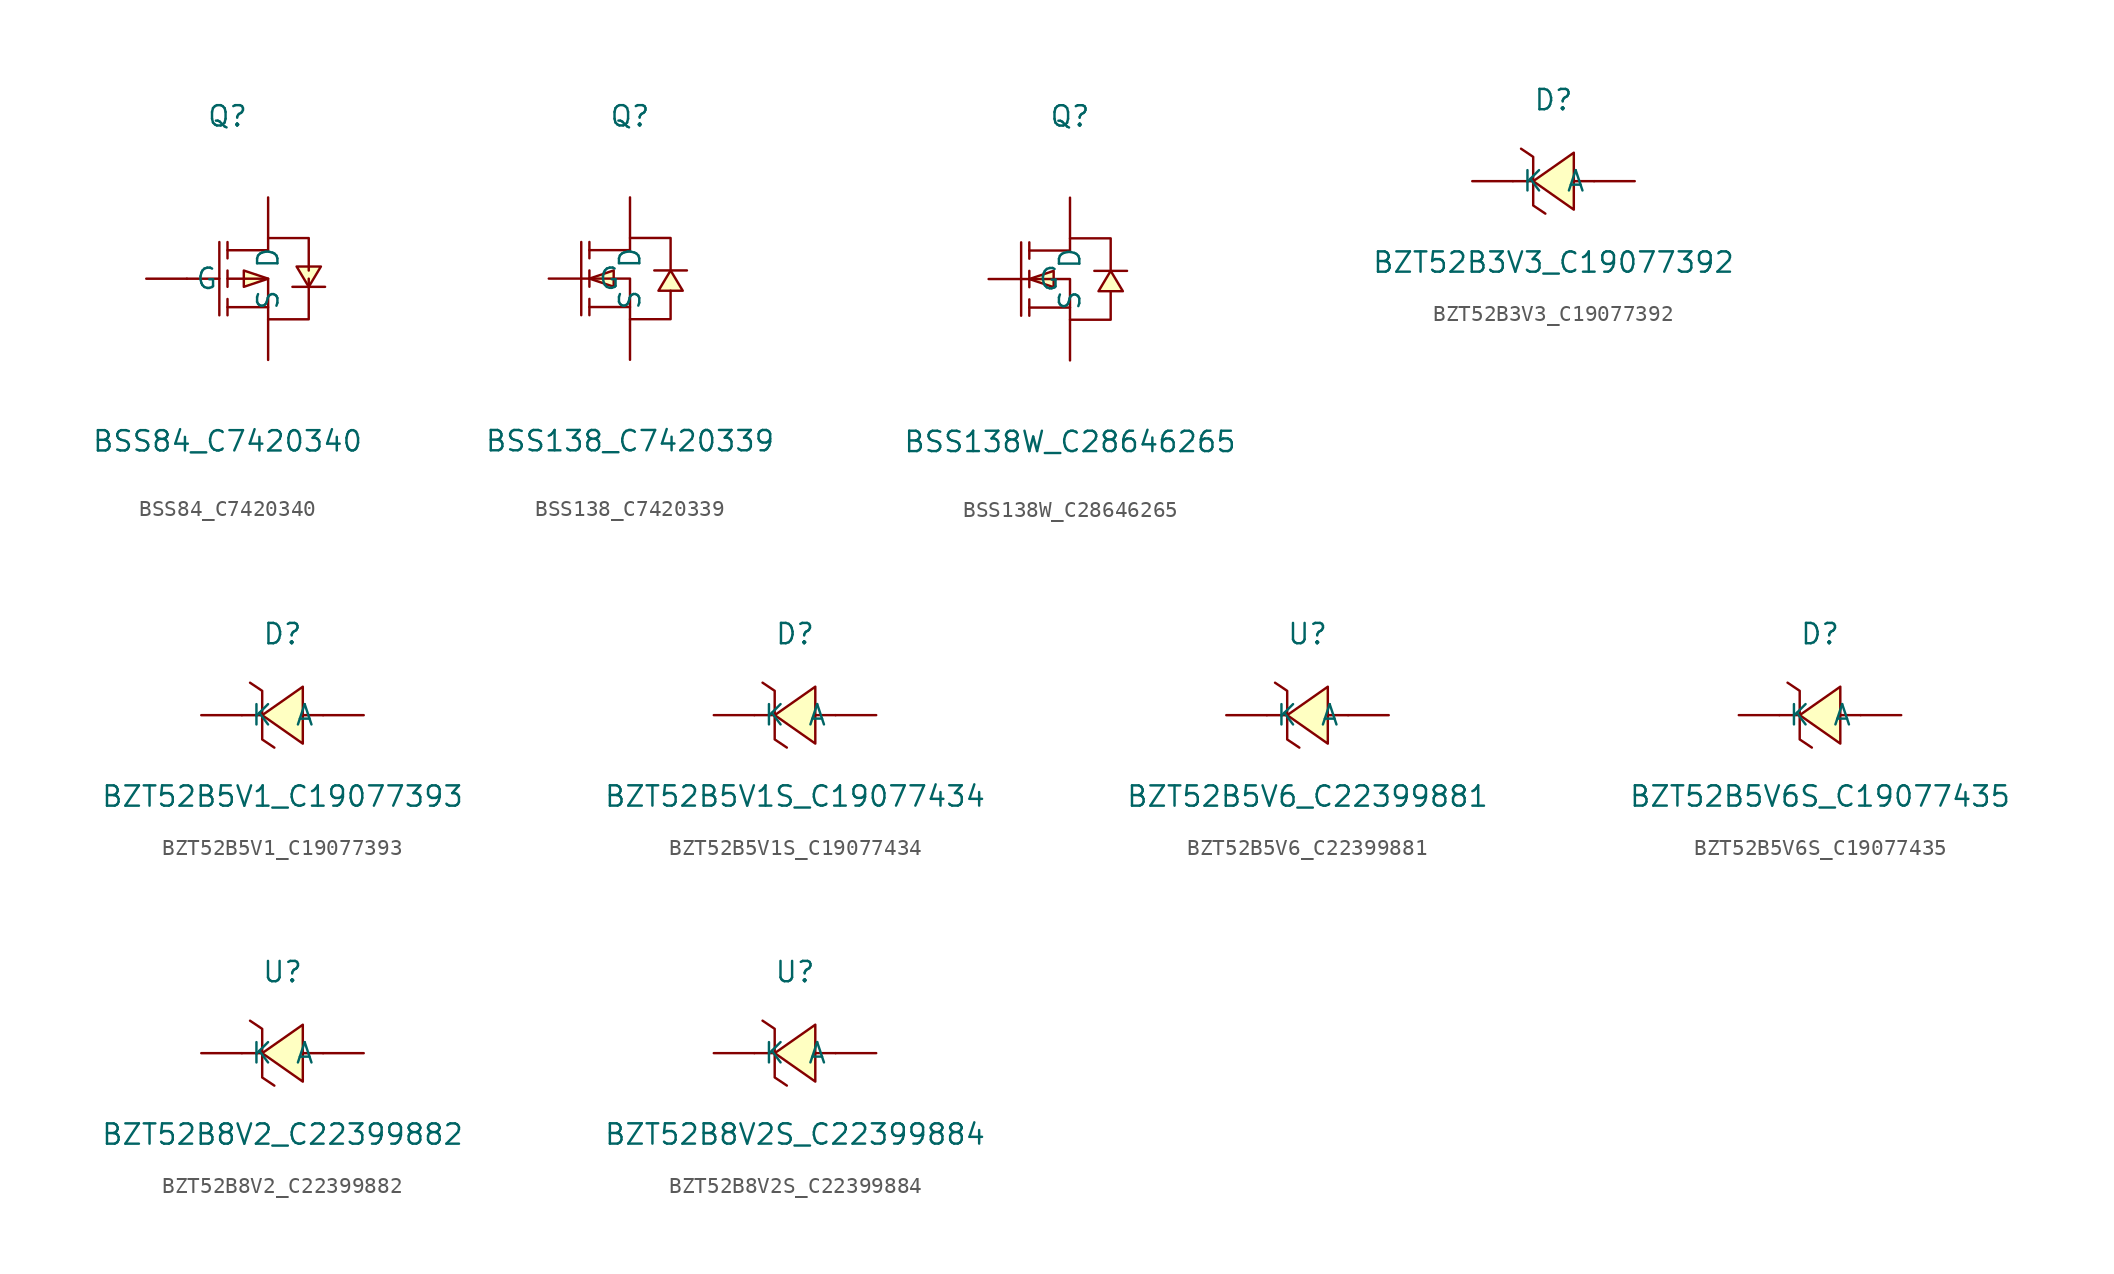
<source format=kicad_sym>
(kicad_symbol_lib
  (version 20241209)
  (generator "kicad_symbol_editor")
  (generator_version "9.0")
  (symbol "BSS84_C7420340"
    (pin_numbers
      (hide yes))
    (property "Reference" "Q"
      (at 0 10.16 0)
      (effects (font (size 1.27 1.27))))
    (property "Value" "BSS84_C7420340"
      (at 0 -10.16 0)
      (effects (font (size 1.27 1.27))))
    (symbol "BSS84_C7420340_0_1"
      (polyline (pts (xy -2.54 0) (xy -0.51 0)) (stroke (width 0) (type default)) (fill (type none)))
      (polyline (pts (xy -0.51 2.29) (xy -0.51 -2.29)) (stroke (width 0) (type default)) (fill (type none)))
      (polyline (pts (xy 0 2.29) (xy 0 1.27)) (stroke (width 0) (type default)) (fill (type none)))
      (polyline (pts (xy 0 1.78) (xy 2.54 1.78) (xy 2.54 2.54) (xy 5.08 2.54) (xy 5.08 2.54) (xy 5.08 0.51)) (stroke (width 0) (type default)) (fill (type none)))
      (polyline (pts (xy 0 0) (xy 2.54 0) (xy 2.54 -2.54) (xy 5.08 -2.54) (xy 5.08 -2.54) (xy 5.08 0)) (stroke (width 0) (type default)) (fill (type none)))
      (polyline (pts (xy 0 -0.51) (xy 0 0.51)) (stroke (width 0) (type default)) (fill (type none)))
      (polyline (pts (xy 0 -2.29) (xy 0 -1.27)) (stroke (width 0) (type default)) (fill (type none)))
      (polyline (pts (xy 2.54 0) (xy 1.02 0.51) (xy 1.02 -0.51) (xy 2.54 0)) (stroke (width 0) (type default)) (fill (type background)))
      (polyline (pts (xy 2.54 -1.78) (xy 0 -1.78)) (stroke (width 0) (type default)) (fill (type none)))
      (polyline (pts (xy 4.06 -0.51) (xy 4.57 -0.51) (xy 5.59 -0.51) (xy 6.1 -0.51)) (stroke (width 0) (type default)) (fill (type none)))
      (polyline (pts (xy 5.08 -0.51) (xy 5.84 0.76) (xy 4.32 0.76) (xy 5.08 -0.51)) (stroke (width 0) (type default)) (fill (type background)))
      (pin unspecified line (at -5.08 0 0) (length 2.54) (name "G" (effects (font (size 1.27 1.27)))) (number "1" (effects (font (size 1.27 1.27)))))
      (pin unspecified line (at 2.54 5.08 270) (length 2.54) (name "D" (effects (font (size 1.27 1.27)))) (number "3" (effects (font (size 1.27 1.27)))))
      (pin unspecified line (at 2.54 -5.08 90) (length 2.54) (name "S" (effects (font (size 1.27 1.27)))) (number "2" (effects (font (size 1.27 1.27)))))))
  (symbol "BSS138_C7420339"
    (pin_numbers
      (hide yes))
    (property "Reference" "Q"
      (at 0 10.16 0)
      (effects (font (size 1.27 1.27))))
    (property "Value" "BSS138_C7420339"
      (at 0 -10.16 0)
      (effects (font (size 1.27 1.27))))
    (symbol "BSS138_C7420339_0_1"
      (polyline (pts (xy -3.05 2.29) (xy -3.05 -2.29)) (stroke (width 0) (type default)) (fill (type none)))
      (polyline (pts (xy -2.54 2.29) (xy -2.54 1.27)) (stroke (width 0) (type default)) (fill (type none)))
      (polyline (pts (xy -2.54 1.78) (xy 0 1.78) (xy 0 2.54) (xy 2.54 2.54) (xy 2.54 0.51)) (stroke (width 0) (type default)) (fill (type none)))
      (polyline (pts (xy -2.54 0) (xy -1.02 -0.51) (xy -1.02 0.51) (xy -2.54 0)) (stroke (width 0) (type default)) (fill (type background)))
      (polyline (pts (xy -2.54 0) (xy 0 0) (xy 0 -2.54) (xy 2.54 -2.54) (xy 2.54 -0.76)) (stroke (width 0) (type default)) (fill (type none)))
      (polyline (pts (xy -2.54 -0.51) (xy -2.54 0.51)) (stroke (width 0) (type default)) (fill (type none)))
      (polyline (pts (xy -2.54 -2.29) (xy -2.54 -1.27)) (stroke (width 0) (type default)) (fill (type none)))
      (polyline (pts (xy 0 -1.78) (xy -2.54 -1.78)) (stroke (width 0) (type default)) (fill (type none)))
      (polyline (pts (xy 2.54 0.51) (xy 1.78 -0.76) (xy 3.3 -0.76) (xy 2.54 0.51)) (stroke (width 0) (type default)) (fill (type background)))
      (polyline (pts (xy 3.56 0.51) (xy 3.05 0.51) (xy 2.03 0.51) (xy 1.52 0.51)) (stroke (width 0) (type default)) (fill (type none)))
      (pin unspecified line (at -5.08 0 0) (length 2.54) (name "G" (effects (font (size 1.27 1.27)))) (number "1" (effects (font (size 1.27 1.27)))))
      (pin unspecified line (at 0 5.08 270) (length 2.54) (name "D" (effects (font (size 1.27 1.27)))) (number "3" (effects (font (size 1.27 1.27)))))
      (pin unspecified line (at 0 -5.08 90) (length 2.54) (name "S" (effects (font (size 1.27 1.27)))) (number "2" (effects (font (size 1.27 1.27)))))))
  (symbol "BSS138W_C28646265"
    (pin_numbers
      (hide yes))
    (property "Reference" "Q"
      (at 0 10.16 0)
      (effects (font (size 1.27 1.27))))
    (property "Value" "BSS138W_C28646265"
      (at 0 -10.16 0)
      (effects (font (size 1.27 1.27))))
    (symbol "BSS138W_C28646265_0_1"
      (polyline (pts (xy -3.05 2.29) (xy -3.05 -2.29)) (stroke (width 0) (type default)) (fill (type none)))
      (polyline (pts (xy -2.54 2.29) (xy -2.54 1.27)) (stroke (width 0) (type default)) (fill (type none)))
      (polyline (pts (xy -2.54 1.78) (xy 0 1.78) (xy 0 2.54) (xy 2.54 2.54) (xy 2.54 0.51)) (stroke (width 0) (type default)) (fill (type none)))
      (polyline (pts (xy -2.54 0) (xy -1.02 -0.51) (xy -1.02 0.51) (xy -2.54 0)) (stroke (width 0) (type default)) (fill (type background)))
      (polyline (pts (xy -2.54 0) (xy 0 0) (xy 0 -2.54) (xy 2.54 -2.54) (xy 2.54 -0.76)) (stroke (width 0) (type default)) (fill (type none)))
      (polyline (pts (xy -2.54 -0.51) (xy -2.54 0.51)) (stroke (width 0) (type default)) (fill (type none)))
      (polyline (pts (xy -2.54 -2.29) (xy -2.54 -1.27)) (stroke (width 0) (type default)) (fill (type none)))
      (polyline (pts (xy 0 -1.78) (xy -2.54 -1.78)) (stroke (width 0) (type default)) (fill (type none)))
      (polyline (pts (xy 2.54 0.51) (xy 1.78 -0.76) (xy 3.3 -0.76) (xy 2.54 0.51)) (stroke (width 0) (type default)) (fill (type background)))
      (polyline (pts (xy 3.56 0.51) (xy 3.05 0.51) (xy 2.03 0.51) (xy 1.52 0.51)) (stroke (width 0) (type default)) (fill (type none)))
      (pin unspecified line (at -5.08 0 0) (length 2.54) (name "G" (effects (font (size 1.27 1.27)))) (number "1" (effects (font (size 1.27 1.27)))))
      (pin unspecified line (at 0 5.08 270) (length 2.54) (name "D" (effects (font (size 1.27 1.27)))) (number "3" (effects (font (size 1.27 1.27)))))
      (pin unspecified line (at 0 -5.08 90) (length 2.54) (name "S" (effects (font (size 1.27 1.27)))) (number "2" (effects (font (size 1.27 1.27)))))))
  (symbol "BZT52B3V3_C19077392"
    (pin_numbers
      (hide yes))
    (property "Reference" "D"
      (at 0 5.08 0)
      (effects (font (size 1.27 1.27))))
    (property "Value" "BZT52B3V3_C19077392"
      (at 0 -5.08 0)
      (effects (font (size 1.27 1.27))))
    (symbol "BZT52B3V3_C19077392_0_1"
      (polyline (pts (xy -2.03 2.03) (xy -1.27 1.52) (xy -1.27 -1.52) (xy -0.51 -2.03)) (stroke (width 0) (type default)) (fill (type none)))
      (polyline (pts (xy -1.27 0) (xy -2.54 0)) (stroke (width 0) (type default)) (fill (type none)))
      (polyline (pts (xy 1.27 1.78) (xy -1.27 0) (xy 1.27 -1.78) (xy 1.27 1.78)) (stroke (width 0) (type default)) (fill (type background)))
      (polyline (pts (xy 2.54 0) (xy 1.27 0)) (stroke (width 0) (type default)) (fill (type none)))
      (pin unspecified line (at -5.08 0 0) (length 2.54) (name "K" (effects (font (size 1.27 1.27)))) (number "1" (effects (font (size 1.27 1.27)))))
      (pin unspecified line (at 5.08 0 180) (length 2.54) (name "A" (effects (font (size 1.27 1.27)))) (number "2" (effects (font (size 1.27 1.27)))))))
  (symbol "BZT52B5V1_C19077393"
    (pin_numbers
      (hide yes))
    (property "Reference" "D"
      (at 0 5.08 0)
      (effects (font (size 1.27 1.27))))
    (property "Value" "BZT52B5V1_C19077393"
      (at 0 -5.08 0)
      (effects (font (size 1.27 1.27))))
    (symbol "BZT52B5V1_C19077393_0_1"
      (polyline (pts (xy -2.03 2.03) (xy -1.27 1.52) (xy -1.27 -1.52) (xy -0.51 -2.03)) (stroke (width 0) (type default)) (fill (type none)))
      (polyline (pts (xy -1.27 0) (xy -2.54 0)) (stroke (width 0) (type default)) (fill (type none)))
      (polyline (pts (xy 1.27 1.78) (xy -1.27 0) (xy 1.27 -1.78) (xy 1.27 1.78)) (stroke (width 0) (type default)) (fill (type background)))
      (polyline (pts (xy 2.54 0) (xy 1.27 0)) (stroke (width 0) (type default)) (fill (type none)))
      (pin unspecified line (at -5.08 0 0) (length 2.54) (name "K" (effects (font (size 1.27 1.27)))) (number "1" (effects (font (size 1.27 1.27)))))
      (pin unspecified line (at 5.08 0 180) (length 2.54) (name "A" (effects (font (size 1.27 1.27)))) (number "2" (effects (font (size 1.27 1.27)))))))
  (symbol "BZT52B5V1S_C19077434"
    (pin_numbers
      (hide yes))
    (property "Reference" "D"
      (at 0 5.08 0)
      (effects (font (size 1.27 1.27))))
    (property "Value" "BZT52B5V1S_C19077434"
      (at 0 -5.08 0)
      (effects (font (size 1.27 1.27))))
    (symbol "BZT52B5V1S_C19077434_0_1"
      (polyline (pts (xy -2.03 2.03) (xy -1.27 1.52) (xy -1.27 -1.52) (xy -0.51 -2.03)) (stroke (width 0) (type default)) (fill (type none)))
      (polyline (pts (xy -1.27 0) (xy -2.54 0)) (stroke (width 0) (type default)) (fill (type none)))
      (polyline (pts (xy 1.27 1.78) (xy -1.27 0) (xy 1.27 -1.78) (xy 1.27 1.78)) (stroke (width 0) (type default)) (fill (type background)))
      (polyline (pts (xy 2.54 0) (xy 1.27 0)) (stroke (width 0) (type default)) (fill (type none)))
      (pin unspecified line (at -5.08 0 0) (length 2.54) (name "K" (effects (font (size 1.27 1.27)))) (number "1" (effects (font (size 1.27 1.27)))))
      (pin unspecified line (at 5.08 0 180) (length 2.54) (name "A" (effects (font (size 1.27 1.27)))) (number "2" (effects (font (size 1.27 1.27)))))))
  (symbol "BZT52B5V6_C22399881"
    (pin_numbers
      (hide yes))
    (property "Reference" "U"
      (at 0 5.08 0)
      (effects (font (size 1.27 1.27))))
    (property "Value" "BZT52B5V6_C22399881"
      (at 0 -5.08 0)
      (effects (font (size 1.27 1.27))))
    (symbol "BZT52B5V6_C22399881_0_1"
      (polyline (pts (xy -2.03 2.03) (xy -1.27 1.52) (xy -1.27 -1.52) (xy -0.51 -2.03)) (stroke (width 0) (type default)) (fill (type none)))
      (polyline (pts (xy -1.27 0) (xy -2.54 0)) (stroke (width 0) (type default)) (fill (type none)))
      (polyline (pts (xy 1.27 1.78) (xy -1.27 0) (xy 1.27 -1.78) (xy 1.27 1.78)) (stroke (width 0) (type default)) (fill (type background)))
      (polyline (pts (xy 2.54 0) (xy 1.27 0)) (stroke (width 0) (type default)) (fill (type none)))
      (pin unspecified line (at -5.08 0 0) (length 2.54) (name "K" (effects (font (size 1.27 1.27)))) (number "1" (effects (font (size 1.27 1.27)))))
      (pin unspecified line (at 5.08 0 180) (length 2.54) (name "A" (effects (font (size 1.27 1.27)))) (number "2" (effects (font (size 1.27 1.27)))))))
  (symbol "BZT52B5V6S_C19077435"
    (pin_numbers
      (hide yes))
    (property "Reference" "D"
      (at 0 5.08 0)
      (effects (font (size 1.27 1.27))))
    (property "Value" "BZT52B5V6S_C19077435"
      (at 0 -5.08 0)
      (effects (font (size 1.27 1.27))))
    (symbol "BZT52B5V6S_C19077435_0_1"
      (polyline (pts (xy -2.03 2.03) (xy -1.27 1.52) (xy -1.27 -1.52) (xy -0.51 -2.03)) (stroke (width 0) (type default)) (fill (type none)))
      (polyline (pts (xy -1.27 0) (xy -2.54 0)) (stroke (width 0) (type default)) (fill (type none)))
      (polyline (pts (xy 1.27 1.78) (xy -1.27 0) (xy 1.27 -1.78) (xy 1.27 1.78)) (stroke (width 0) (type default)) (fill (type background)))
      (polyline (pts (xy 2.54 0) (xy 1.27 0)) (stroke (width 0) (type default)) (fill (type none)))
      (pin unspecified line (at -5.08 0 0) (length 2.54) (name "K" (effects (font (size 1.27 1.27)))) (number "1" (effects (font (size 1.27 1.27)))))
      (pin unspecified line (at 5.08 0 180) (length 2.54) (name "A" (effects (font (size 1.27 1.27)))) (number "2" (effects (font (size 1.27 1.27)))))))
  (symbol "BZT52B8V2_C22399882"
    (pin_numbers
      (hide yes))
    (property "Reference" "U"
      (at 0 5.08 0)
      (effects (font (size 1.27 1.27))))
    (property "Value" "BZT52B8V2_C22399882"
      (at 0 -5.08 0)
      (effects (font (size 1.27 1.27))))
    (symbol "BZT52B8V2_C22399882_0_1"
      (polyline (pts (xy -2.03 2.03) (xy -1.27 1.52) (xy -1.27 -1.52) (xy -0.51 -2.03)) (stroke (width 0) (type default)) (fill (type none)))
      (polyline (pts (xy -1.27 0) (xy -2.54 0)) (stroke (width 0) (type default)) (fill (type none)))
      (polyline (pts (xy 1.27 1.78) (xy -1.27 0) (xy 1.27 -1.78) (xy 1.27 1.78)) (stroke (width 0) (type default)) (fill (type background)))
      (polyline (pts (xy 2.54 0) (xy 1.27 0)) (stroke (width 0) (type default)) (fill (type none)))
      (pin unspecified line (at -5.08 0 0) (length 2.54) (name "K" (effects (font (size 1.27 1.27)))) (number "1" (effects (font (size 1.27 1.27)))))
      (pin unspecified line (at 5.08 0 180) (length 2.54) (name "A" (effects (font (size 1.27 1.27)))) (number "2" (effects (font (size 1.27 1.27)))))))
  (symbol "BZT52B8V2S_C22399884"
    (pin_numbers
      (hide yes))
    (property "Reference" "U"
      (at 0 5.08 0)
      (effects (font (size 1.27 1.27))))
    (property "Value" "BZT52B8V2S_C22399884"
      (at 0 -5.08 0)
      (effects (font (size 1.27 1.27))))
    (symbol "BZT52B8V2S_C22399884_0_1"
      (polyline (pts (xy -2.03 2.03) (xy -1.27 1.52) (xy -1.27 -1.52) (xy -0.51 -2.03)) (stroke (width 0) (type default)) (fill (type none)))
      (polyline (pts (xy -1.27 0) (xy -2.54 0)) (stroke (width 0) (type default)) (fill (type none)))
      (polyline (pts (xy 1.27 1.78) (xy -1.27 0) (xy 1.27 -1.78) (xy 1.27 1.78)) (stroke (width 0) (type default)) (fill (type background)))
      (polyline (pts (xy 2.54 0) (xy 1.27 0)) (stroke (width 0) (type default)) (fill (type none)))
      (pin unspecified line (at -5.08 0 0) (length 2.54) (name "K" (effects (font (size 1.27 1.27)))) (number "1" (effects (font (size 1.27 1.27)))))
      (pin unspecified line (at 5.08 0 180) (length 2.54) (name "A" (effects (font (size 1.27 1.27)))) (number "2" (effects (font (size 1.27 1.27))))))))
</source>
